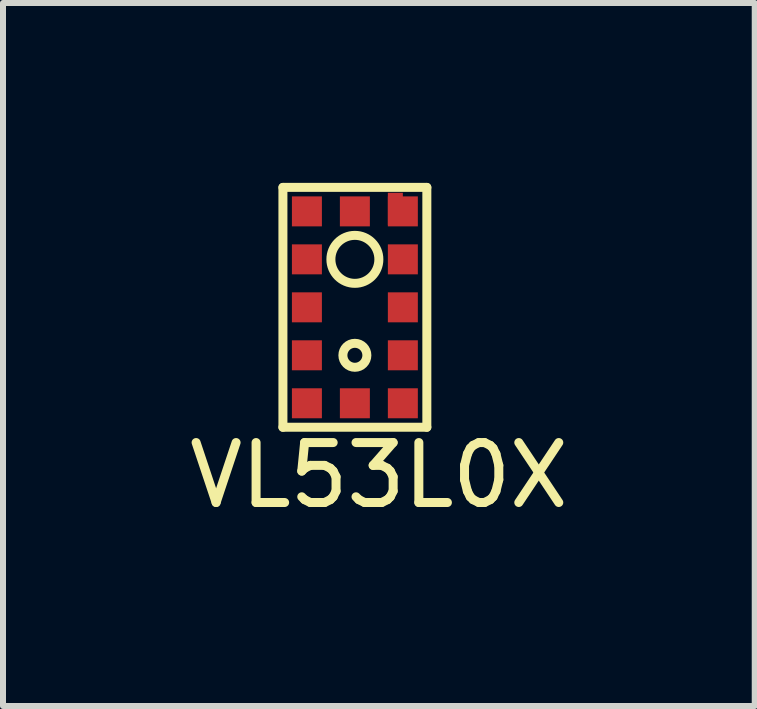
<source format=kicad_pcb>
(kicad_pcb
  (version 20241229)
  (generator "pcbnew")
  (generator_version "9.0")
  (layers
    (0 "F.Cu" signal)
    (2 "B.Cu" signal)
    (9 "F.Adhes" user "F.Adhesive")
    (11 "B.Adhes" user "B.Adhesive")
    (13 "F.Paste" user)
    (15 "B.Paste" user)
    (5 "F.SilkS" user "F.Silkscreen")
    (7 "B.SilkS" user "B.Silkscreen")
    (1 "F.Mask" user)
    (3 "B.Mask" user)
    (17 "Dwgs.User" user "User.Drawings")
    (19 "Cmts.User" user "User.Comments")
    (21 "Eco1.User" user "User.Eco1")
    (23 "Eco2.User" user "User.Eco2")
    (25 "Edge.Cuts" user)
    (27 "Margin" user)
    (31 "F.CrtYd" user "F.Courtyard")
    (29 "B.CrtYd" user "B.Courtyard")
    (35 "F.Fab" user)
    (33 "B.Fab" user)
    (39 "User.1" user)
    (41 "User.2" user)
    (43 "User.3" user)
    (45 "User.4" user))
  (footprint "VL53L0X"
    (layer "F.Cu")
    (at 2.868 2.111)
    (property "Reference" "VL53L0X" (at 0.4 2.764 0) (layer "F.SilkS") (effects (font (size 1 1) (thickness 0.15))))
    (attr through_hole)
    (fp_line (start -1.2 -2.036) (end -1.2 1.964) (stroke (width 0.15) (type solid)) (layer "F.SilkS"))
    (fp_line (start -1.2 1.964) (end 1.2 1.964) (stroke (width 0.15) (type solid)) (layer "F.SilkS"))
    (fp_line (start 1.2 -2.036) (end -1.2 -2.036) (stroke (width 0.15) (type solid)) (layer "F.SilkS"))
    (fp_line (start 1.2 1.964) (end 1.2 -2.036) (stroke (width 0.15) (type solid)) (layer "F.SilkS"))
    (fp_circle (center 0 -0.836) (end 0 -0.436) (stroke (width 0.15) (type solid)) (fill no) (layer "F.SilkS"))
    (fp_circle (center 0 0.764) (end 0 0.964) (stroke (width 0.15) (type solid)) (fill no) (layer "F.SilkS"))
    (pad "" smd rect (at 0.675 -1.676) (size 0.25 0.54) (layers "F.Cu" "F.Mask" "F.Paste"))
    (pad "1" smd rect (at 0.8 -1.636) (size 0.5 0.5) (layers "F.Cu" "F.Mask" "F.Paste"))
    (pad "2" smd rect (at 0.8 -0.836) (size 0.5 0.5) (layers "F.Cu" "F.Mask" "F.Paste"))
    (pad "3" smd rect (at 0.8 -0.036) (size 0.5 0.5) (layers "F.Cu" "F.Mask" "F.Paste"))
    (pad "4" smd rect (at 0.8 0.764) (size 0.5 0.5) (layers "F.Cu" "F.Mask" "F.Paste"))
    (pad "5" smd rect (at 0.8 1.564) (size 0.5 0.5) (layers "F.Cu" "F.Mask" "F.Paste"))
    (pad "6" smd rect (at 0 1.564) (size 0.5 0.5) (layers "F.Cu" "F.Mask" "F.Paste"))
    (pad "7" smd rect (at -0.8 1.564) (size 0.5 0.5) (layers "F.Cu" "F.Mask" "F.Paste"))
    (pad "8" smd rect (at -0.8 0.764) (size 0.5 0.5) (layers "F.Cu" "F.Mask" "F.Paste"))
    (pad "9" smd rect (at -0.8 -0.036) (size 0.5 0.5) (layers "F.Cu" "F.Mask" "F.Paste"))
    (pad "10" smd rect (at -0.8 -0.836) (size 0.5 0.5) (layers "F.Cu" "F.Mask" "F.Paste"))
    (pad "11" smd rect (at -0.8 -1.636) (size 0.5 0.5) (layers "F.Cu" "F.Mask" "F.Paste"))
    (pad "12" smd rect (at 0 -1.636) (size 0.5 0.5) (layers "F.Cu" "F.Mask" "F.Paste")))
  (gr_rect
    (start -3 -3)
    (end 9.536 8.723)
    (stroke (width 0.1) (type default))
    (fill no)
    (layer "Edge.Cuts")))
</source>
